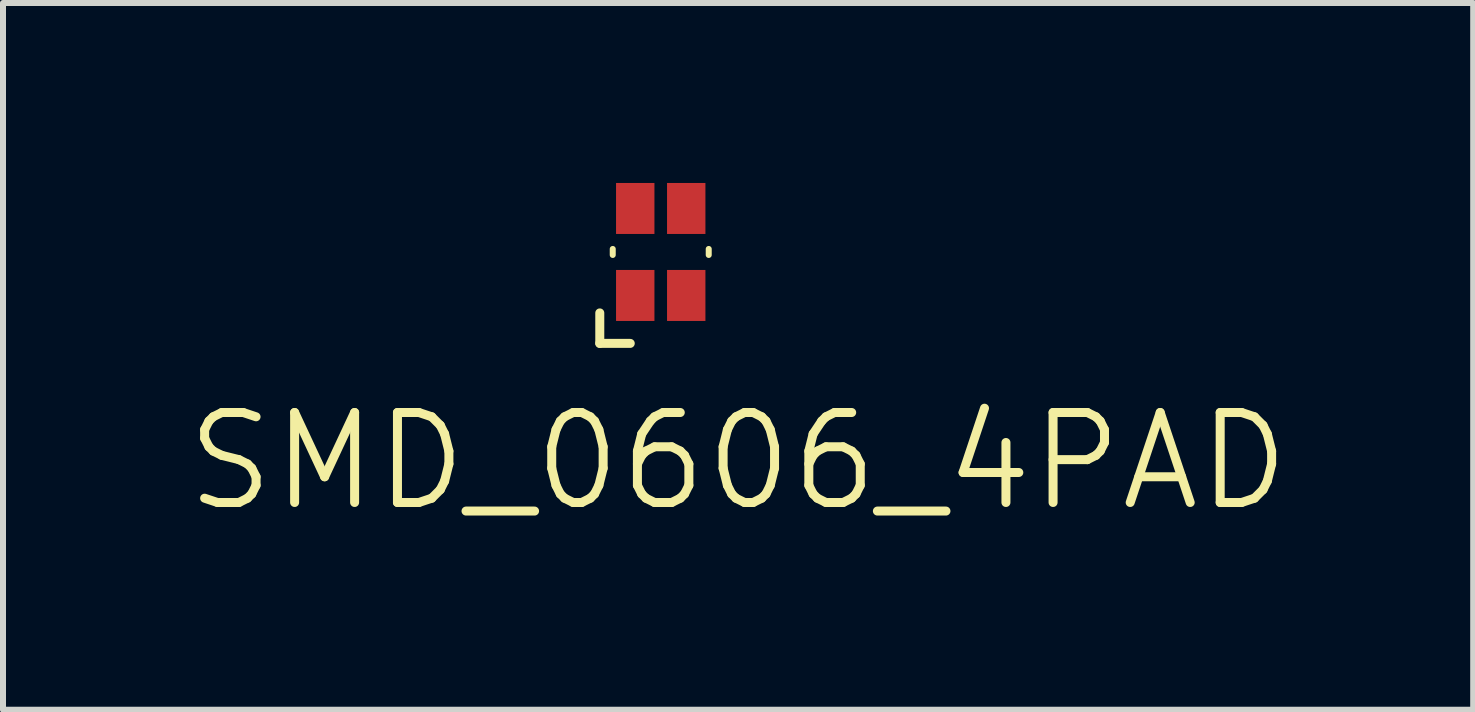
<source format=kicad_pcb>
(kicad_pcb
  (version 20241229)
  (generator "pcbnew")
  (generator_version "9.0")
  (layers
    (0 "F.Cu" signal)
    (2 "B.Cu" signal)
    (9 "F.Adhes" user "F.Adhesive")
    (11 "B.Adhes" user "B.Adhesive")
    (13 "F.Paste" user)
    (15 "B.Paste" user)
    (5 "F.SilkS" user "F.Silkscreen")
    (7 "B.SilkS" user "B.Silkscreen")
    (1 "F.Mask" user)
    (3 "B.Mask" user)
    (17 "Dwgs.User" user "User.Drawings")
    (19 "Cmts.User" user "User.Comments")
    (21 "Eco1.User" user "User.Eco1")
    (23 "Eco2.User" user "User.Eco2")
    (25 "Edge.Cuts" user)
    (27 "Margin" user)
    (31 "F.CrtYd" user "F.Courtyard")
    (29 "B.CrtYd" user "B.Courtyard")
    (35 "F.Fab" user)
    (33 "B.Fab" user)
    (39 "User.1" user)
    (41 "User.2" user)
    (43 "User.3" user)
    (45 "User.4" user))
  (footprint "SMD_0606_4PAD"
    (layer "F.Cu")
    (at 7.964 1.15)
    (property "Reference" "SMD_0606_4PAD" (at 1.29 3.49 0) (layer "F.SilkS") (effects (font (size 1.5 1.5) (thickness 0.15))))
    (attr through_hole)
    (fp_line (start -1.016 1.016) (end -1.016 1.524) (stroke (width 0.15) (type solid)) (layer "F.SilkS"))
    (fp_line (start -1.016 1.524) (end -0.508 1.524) (stroke (width 0.15) (type solid)) (layer "F.SilkS"))
    (fp_line (start -0.8 -0.05) (end -0.8 0.05) (stroke (width 0.1) (type solid)) (layer "F.SilkS"))
    (fp_line (start 0.8 -0.05) (end 0.8 0.05) (stroke (width 0.1) (type solid)) (layer "F.SilkS"))
    (pad "1" smd rect (at -0.425 0.725) (size 0.64 0.85) (layers "F.Cu" "F.Mask" "F.Paste"))
    (pad "2" smd rect (at 0.425 0.725) (size 0.64 0.85) (layers "F.Cu" "F.Mask" "F.Paste"))
    (pad "3" smd rect (at 0.425 -0.725) (size 0.64 0.85) (layers "F.Cu" "F.Mask" "F.Paste"))
    (pad "4" smd rect (at -0.425 -0.725) (size 0.64 0.85) (layers "F.Cu" "F.Mask" "F.Paste")))
  (gr_rect
    (start -3 -3)
    (end 21.507 8.781)
    (stroke (width 0.1) (type default))
    (fill no)
    (layer "Edge.Cuts")))
</source>
